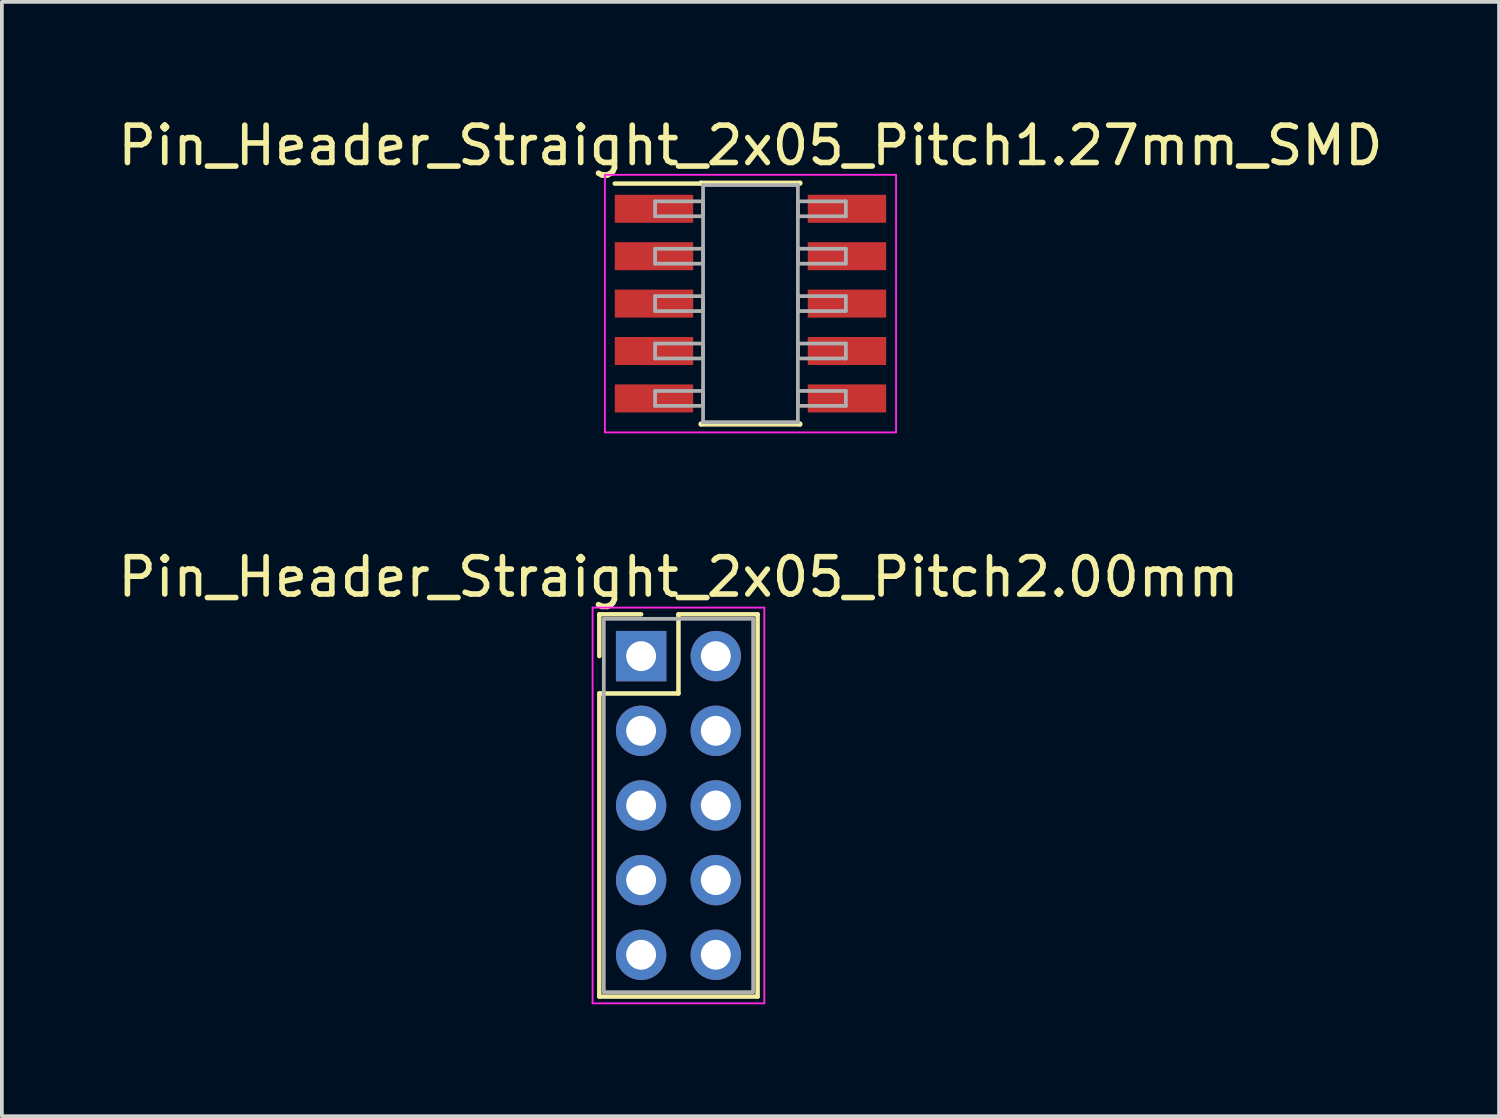
<source format=kicad_pcb>
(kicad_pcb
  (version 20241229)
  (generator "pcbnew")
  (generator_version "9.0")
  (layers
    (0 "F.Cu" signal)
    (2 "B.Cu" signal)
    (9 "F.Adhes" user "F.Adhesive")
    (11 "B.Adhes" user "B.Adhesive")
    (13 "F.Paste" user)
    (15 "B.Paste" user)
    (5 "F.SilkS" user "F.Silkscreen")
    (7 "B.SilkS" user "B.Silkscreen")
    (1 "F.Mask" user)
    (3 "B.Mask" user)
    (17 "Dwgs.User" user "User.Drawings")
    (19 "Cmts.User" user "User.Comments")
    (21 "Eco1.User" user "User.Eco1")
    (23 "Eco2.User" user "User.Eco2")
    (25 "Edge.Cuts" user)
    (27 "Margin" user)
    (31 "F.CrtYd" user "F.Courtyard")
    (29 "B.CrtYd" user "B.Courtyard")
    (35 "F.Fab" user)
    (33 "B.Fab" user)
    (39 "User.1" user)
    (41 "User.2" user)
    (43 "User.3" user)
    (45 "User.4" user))
  (footprint "Pin_Header_Straight_2x05_Pitch2.00mm"
    (layer "F.Cu")
    (at 14.125 14.527)
    (property "Reference" "Pin_Header_Straight_2x05_Pitch2.00mm" (at 1 -2.12 0) (layer "F.SilkS") (effects (font (size 1 1) (thickness 0.15))))
    (attr through_hole)
    (fp_line (start -1.12 -1.12) (end 0 -1.12) (stroke (width 0.12) (type solid)) (layer "F.SilkS"))
    (fp_line (start -1.12 0) (end -1.12 -1.12) (stroke (width 0.12) (type solid)) (layer "F.SilkS"))
    (fp_line (start -1.12 1) (end -1.12 9.12) (stroke (width 0.12) (type solid)) (layer "F.SilkS"))
    (fp_line (start -1.12 9.12) (end 3.12 9.12) (stroke (width 0.12) (type solid)) (layer "F.SilkS"))
    (fp_line (start 1 -1.12) (end 1 1) (stroke (width 0.12) (type solid)) (layer "F.SilkS"))
    (fp_line (start 1 1) (end -1.12 1) (stroke (width 0.12) (type solid)) (layer "F.SilkS"))
    (fp_line (start 3.12 -1.12) (end 1 -1.12) (stroke (width 0.12) (type solid)) (layer "F.SilkS"))
    (fp_line (start 3.12 9.12) (end 3.12 -1.12) (stroke (width 0.12) (type solid)) (layer "F.SilkS"))
    (fp_line (start -1.3 -1.3) (end -1.3 9.3) (stroke (width 0.05) (type solid)) (layer "F.CrtYd"))
    (fp_line (start -1.3 9.3) (end 3.3 9.3) (stroke (width 0.05) (type solid)) (layer "F.CrtYd"))
    (fp_line (start 3.3 -1.3) (end -1.3 -1.3) (stroke (width 0.05) (type solid)) (layer "F.CrtYd"))
    (fp_line (start 3.3 9.3) (end 3.3 -1.3) (stroke (width 0.05) (type solid)) (layer "F.CrtYd"))
    (fp_line (start -1 -1) (end -1 9) (stroke (width 0.1) (type solid)) (layer "F.Fab"))
    (fp_line (start -1 9) (end 3 9) (stroke (width 0.1) (type solid)) (layer "F.Fab"))
    (fp_line (start 3 -1) (end -1 -1) (stroke (width 0.1) (type solid)) (layer "F.Fab"))
    (fp_line (start 3 9) (end 3 -1) (stroke (width 0.1) (type solid)) (layer "F.Fab"))
    (pad "1" thru_hole rect (at 0 0) (size 1.35 1.35) (drill 0.8) (layers "*.Cu" "*.Mask"))
    (pad "2" thru_hole oval (at 2 0) (size 1.35 1.35) (drill 0.8) (layers "*.Cu" "*.Mask"))
    (pad "3" thru_hole oval (at 0 2) (size 1.35 1.35) (drill 0.8) (layers "*.Cu" "*.Mask"))
    (pad "4" thru_hole oval (at 2 2) (size 1.35 1.35) (drill 0.8) (layers "*.Cu" "*.Mask"))
    (pad "5" thru_hole oval (at 0 4) (size 1.35 1.35) (drill 0.8) (layers "*.Cu" "*.Mask"))
    (pad "6" thru_hole oval (at 2 4) (size 1.35 1.35) (drill 0.8) (layers "*.Cu" "*.Mask"))
    (pad "7" thru_hole oval (at 0 6) (size 1.35 1.35) (drill 0.8) (layers "*.Cu" "*.Mask"))
    (pad "8" thru_hole oval (at 2 6) (size 1.35 1.35) (drill 0.8) (layers "*.Cu" "*.Mask"))
    (pad "9" thru_hole oval (at 0 8) (size 1.35 1.35) (drill 0.8) (layers "*.Cu" "*.Mask"))
    (pad "10" thru_hole oval (at 2 8) (size 1.35 1.35) (drill 0.8) (layers "*.Cu" "*.Mask")))
  (footprint "Pin_Header_Straight_2x05_Pitch1.27mm_SMD"
    (layer "F.Cu")
    (at 17.054 5.083)
    (property "Reference" "Pin_Header_Straight_2x05_Pitch1.27mm_SMD" (at 0 -4.235 0) (layer "F.SilkS") (effects (font (size 1 1) (thickness 0.15))))
    (attr smd)
    (fp_line (start -3.635 -3.215) (end -1.33 -3.215) (stroke (width 0.12) (type solid)) (layer "F.SilkS"))
    (fp_line (start -1.33 -3.235) (end 1.33 -3.235) (stroke (width 0.12) (type solid)) (layer "F.SilkS"))
    (fp_line (start -1.33 -3.215) (end -1.33 -3.235) (stroke (width 0.12) (type solid)) (layer "F.SilkS"))
    (fp_line (start -1.33 3.215) (end -1.33 3.235) (stroke (width 0.12) (type solid)) (layer "F.SilkS"))
    (fp_line (start -1.33 3.235) (end 1.33 3.235) (stroke (width 0.12) (type solid)) (layer "F.SilkS"))
    (fp_line (start 1.33 -3.235) (end 1.33 -3.215) (stroke (width 0.12) (type solid)) (layer "F.SilkS"))
    (fp_line (start 1.33 3.235) (end 1.33 3.215) (stroke (width 0.12) (type solid)) (layer "F.SilkS"))
    (fp_line (start -3.9 -3.45) (end -3.9 3.45) (stroke (width 0.05) (type solid)) (layer "F.CrtYd"))
    (fp_line (start -3.9 3.45) (end 3.9 3.45) (stroke (width 0.05) (type solid)) (layer "F.CrtYd"))
    (fp_line (start 3.9 -3.45) (end -3.9 -3.45) (stroke (width 0.05) (type solid)) (layer "F.CrtYd"))
    (fp_line (start 3.9 3.45) (end 3.9 -3.45) (stroke (width 0.05) (type solid)) (layer "F.CrtYd"))
    (fp_line (start -2.555 -2.74) (end -1.27 -2.74) (stroke (width 0.1) (type solid)) (layer "F.Fab"))
    (fp_line (start -2.555 -2.34) (end -2.555 -2.74) (stroke (width 0.1) (type solid)) (layer "F.Fab"))
    (fp_line (start -2.555 -1.47) (end -1.27 -1.47) (stroke (width 0.1) (type solid)) (layer "F.Fab"))
    (fp_line (start -2.555 -1.07) (end -2.555 -1.47) (stroke (width 0.1) (type solid)) (layer "F.Fab"))
    (fp_line (start -2.555 -0.2) (end -1.27 -0.2) (stroke (width 0.1) (type solid)) (layer "F.Fab"))
    (fp_line (start -2.555 0.2) (end -2.555 -0.2) (stroke (width 0.1) (type solid)) (layer "F.Fab"))
    (fp_line (start -2.555 1.07) (end -1.27 1.07) (stroke (width 0.1) (type solid)) (layer "F.Fab"))
    (fp_line (start -2.555 1.47) (end -2.555 1.07) (stroke (width 0.1) (type solid)) (layer "F.Fab"))
    (fp_line (start -2.555 2.34) (end -1.27 2.34) (stroke (width 0.1) (type solid)) (layer "F.Fab"))
    (fp_line (start -2.555 2.74) (end -2.555 2.34) (stroke (width 0.1) (type solid)) (layer "F.Fab"))
    (fp_line (start -1.27 -3.175) (end -1.27 3.175) (stroke (width 0.1) (type solid)) (layer "F.Fab"))
    (fp_line (start -1.27 -2.74) (end -1.27 -2.34) (stroke (width 0.1) (type solid)) (layer "F.Fab"))
    (fp_line (start -1.27 -2.34) (end -2.555 -2.34) (stroke (width 0.1) (type solid)) (layer "F.Fab"))
    (fp_line (start -1.27 -1.47) (end -1.27 -1.07) (stroke (width 0.1) (type solid)) (layer "F.Fab"))
    (fp_line (start -1.27 -1.07) (end -2.555 -1.07) (stroke (width 0.1) (type solid)) (layer "F.Fab"))
    (fp_line (start -1.27 -0.2) (end -1.27 0.2) (stroke (width 0.1) (type solid)) (layer "F.Fab"))
    (fp_line (start -1.27 0.2) (end -2.555 0.2) (stroke (width 0.1) (type solid)) (layer "F.Fab"))
    (fp_line (start -1.27 1.07) (end -1.27 1.47) (stroke (width 0.1) (type solid)) (layer "F.Fab"))
    (fp_line (start -1.27 1.47) (end -2.555 1.47) (stroke (width 0.1) (type solid)) (layer "F.Fab"))
    (fp_line (start -1.27 2.34) (end -1.27 2.74) (stroke (width 0.1) (type solid)) (layer "F.Fab"))
    (fp_line (start -1.27 2.74) (end -2.555 2.74) (stroke (width 0.1) (type solid)) (layer "F.Fab"))
    (fp_line (start -1.27 3.175) (end 1.27 3.175) (stroke (width 0.1) (type solid)) (layer "F.Fab"))
    (fp_line (start 1.27 -3.175) (end -1.27 -3.175) (stroke (width 0.1) (type solid)) (layer "F.Fab"))
    (fp_line (start 1.27 -2.74) (end 1.27 -2.34) (stroke (width 0.1) (type solid)) (layer "F.Fab"))
    (fp_line (start 1.27 -2.34) (end 2.555 -2.34) (stroke (width 0.1) (type solid)) (layer "F.Fab"))
    (fp_line (start 1.27 -1.47) (end 1.27 -1.07) (stroke (width 0.1) (type solid)) (layer "F.Fab"))
    (fp_line (start 1.27 -1.07) (end 2.555 -1.07) (stroke (width 0.1) (type solid)) (layer "F.Fab"))
    (fp_line (start 1.27 -0.2) (end 1.27 0.2) (stroke (width 0.1) (type solid)) (layer "F.Fab"))
    (fp_line (start 1.27 0.2) (end 2.555 0.2) (stroke (width 0.1) (type solid)) (layer "F.Fab"))
    (fp_line (start 1.27 1.07) (end 1.27 1.47) (stroke (width 0.1) (type solid)) (layer "F.Fab"))
    (fp_line (start 1.27 1.47) (end 2.555 1.47) (stroke (width 0.1) (type solid)) (layer "F.Fab"))
    (fp_line (start 1.27 2.34) (end 1.27 2.74) (stroke (width 0.1) (type solid)) (layer "F.Fab"))
    (fp_line (start 1.27 2.74) (end 2.555 2.74) (stroke (width 0.1) (type solid)) (layer "F.Fab"))
    (fp_line (start 1.27 3.175) (end 1.27 -3.175) (stroke (width 0.1) (type solid)) (layer "F.Fab"))
    (fp_line (start 2.555 -2.74) (end 1.27 -2.74) (stroke (width 0.1) (type solid)) (layer "F.Fab"))
    (fp_line (start 2.555 -2.34) (end 2.555 -2.74) (stroke (width 0.1) (type solid)) (layer "F.Fab"))
    (fp_line (start 2.555 -1.47) (end 1.27 -1.47) (stroke (width 0.1) (type solid)) (layer "F.Fab"))
    (fp_line (start 2.555 -1.07) (end 2.555 -1.47) (stroke (width 0.1) (type solid)) (layer "F.Fab"))
    (fp_line (start 2.555 -0.2) (end 1.27 -0.2) (stroke (width 0.1) (type solid)) (layer "F.Fab"))
    (fp_line (start 2.555 0.2) (end 2.555 -0.2) (stroke (width 0.1) (type solid)) (layer "F.Fab"))
    (fp_line (start 2.555 1.07) (end 1.27 1.07) (stroke (width 0.1) (type solid)) (layer "F.Fab"))
    (fp_line (start 2.555 1.47) (end 2.555 1.07) (stroke (width 0.1) (type solid)) (layer "F.Fab"))
    (fp_line (start 2.555 2.34) (end 1.27 2.34) (stroke (width 0.1) (type solid)) (layer "F.Fab"))
    (fp_line (start 2.555 2.74) (end 2.555 2.34) (stroke (width 0.1) (type solid)) (layer "F.Fab"))
    (pad "1" smd rect (at -2.585 -2.54) (size 2.1 0.75) (layers "F.Cu" "F.Mask"))
    (pad "2" smd rect (at 2.585 -2.54) (size 2.1 0.75) (layers "F.Cu" "F.Mask"))
    (pad "3" smd rect (at -2.585 -1.27) (size 2.1 0.75) (layers "F.Cu" "F.Mask"))
    (pad "4" smd rect (at 2.585 -1.27) (size 2.1 0.75) (layers "F.Cu" "F.Mask"))
    (pad "5" smd rect (at -2.585 0) (size 2.1 0.75) (layers "F.Cu" "F.Mask"))
    (pad "6" smd rect (at 2.585 0) (size 2.1 0.75) (layers "F.Cu" "F.Mask"))
    (pad "7" smd rect (at -2.585 1.27) (size 2.1 0.75) (layers "F.Cu" "F.Mask"))
    (pad "8" smd rect (at 2.585 1.27) (size 2.1 0.75) (layers "F.Cu" "F.Mask"))
    (pad "9" smd rect (at -2.585 2.54) (size 2.1 0.75) (layers "F.Cu" "F.Mask"))
    (pad "10" smd rect (at 2.585 2.54) (size 2.1 0.75) (layers "F.Cu" "F.Mask")))
  (gr_rect
    (start -3 -3)
    (end 37.107 26.852)
    (stroke (width 0.1) (type default))
    (fill no)
    (layer "Edge.Cuts")))
</source>
